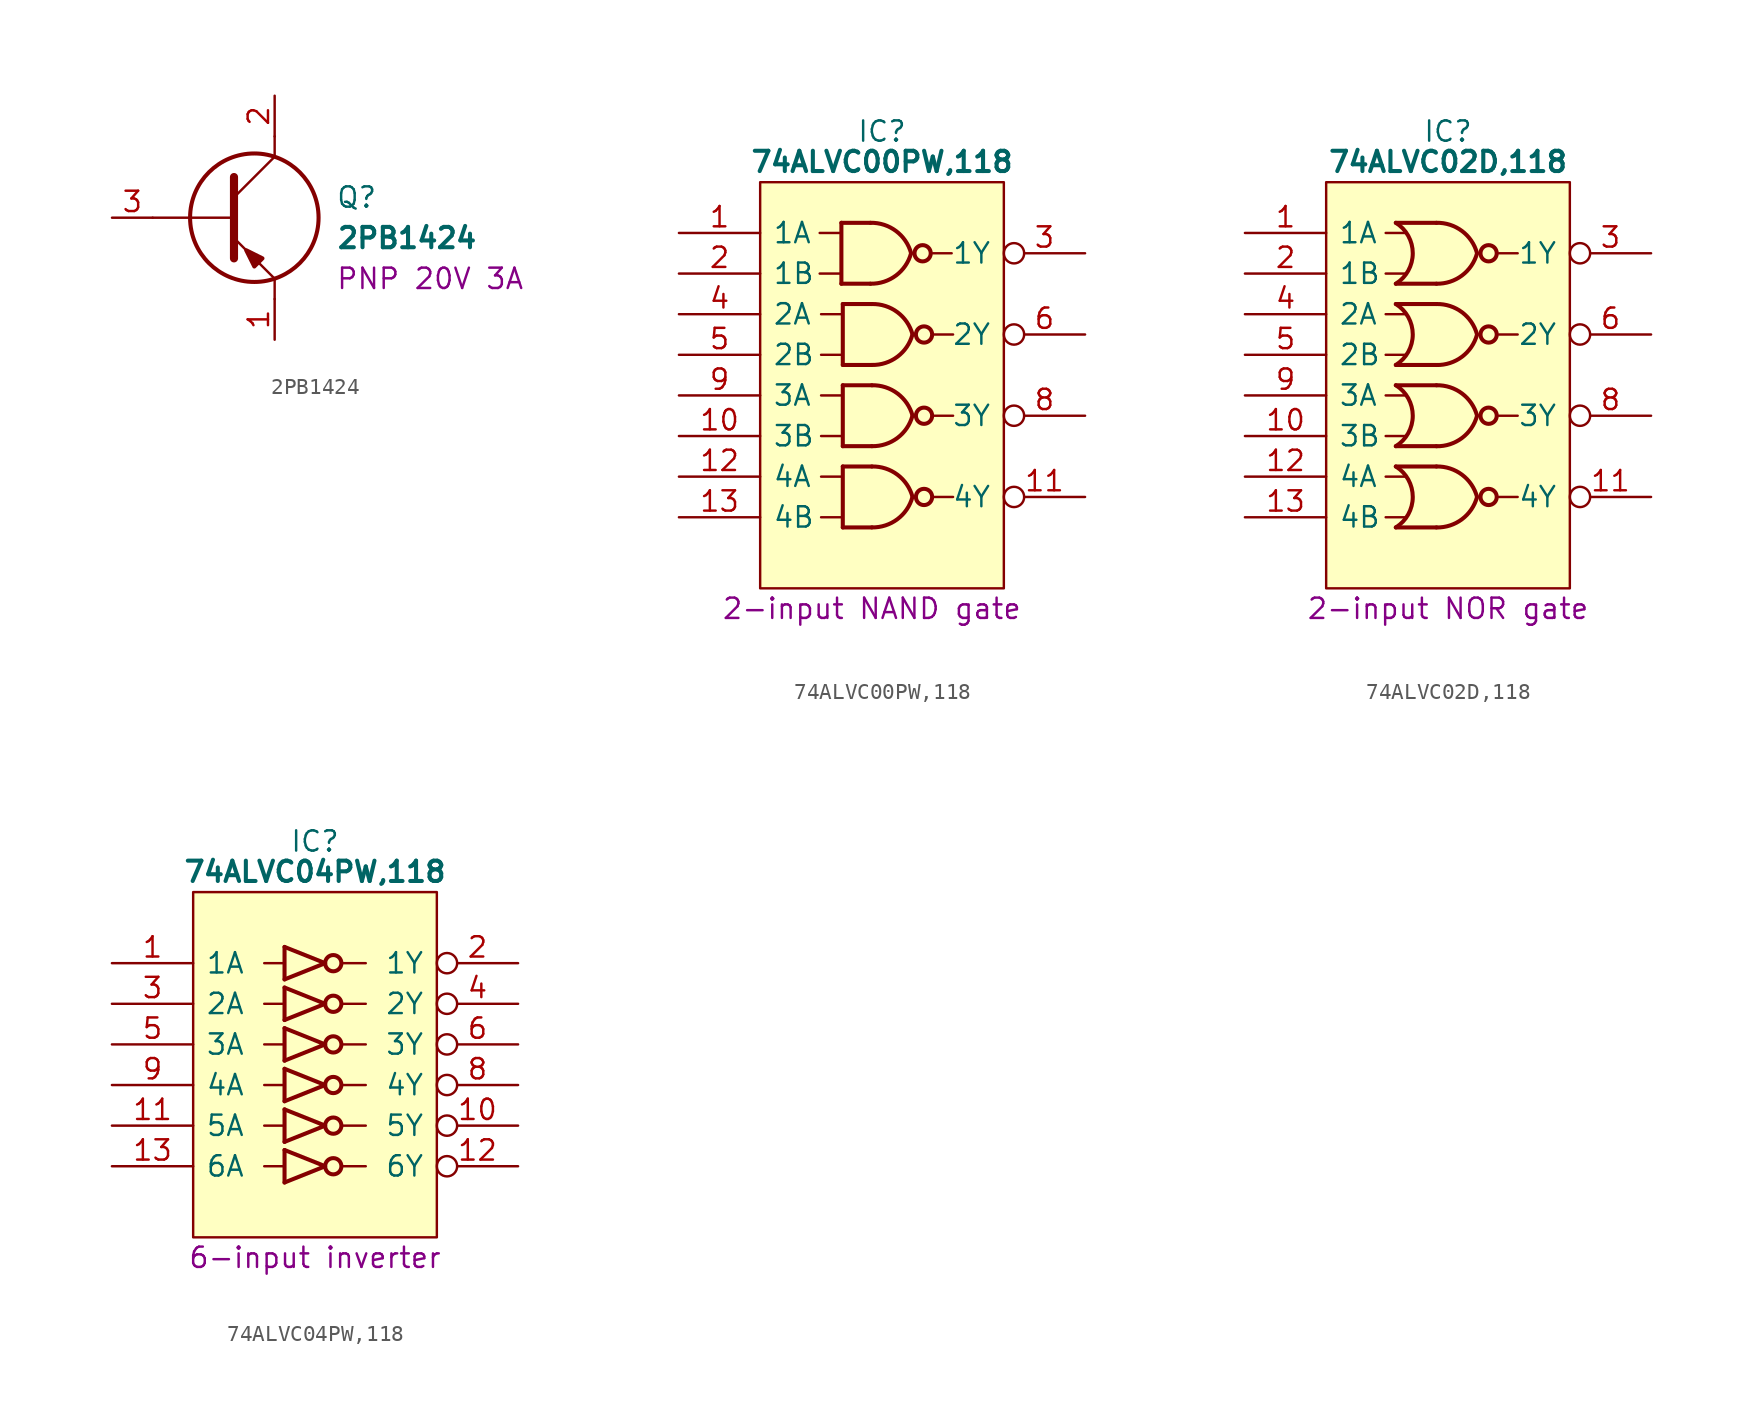
<source format=kicad_sym>
(kicad_symbol_lib
  (version 20231120)
  (generator "kicad_symbol_editor")
  (generator_version "8.0")
  (symbol "2PB1424"
    (pin_names
      (offset 0.762))
    (property "Reference" "Q"
      (at 13.97 1.27 0)
      (effects (font (size 1.27 1.27)) (justify left)))
    (property "Value" "2PB1424"
      (at 13.97 -1.27 0)
      (effects (font (size 1.27 1.27) (bold yes)) (justify left)))
    (property "Description" "PNP 20V 3A"
      (at 13.97 -3.81 0)
      (effects (font (size 1.27 1.27)) (justify left)))
    (symbol "2PB1424_0_0"
      (pin passive line (at 10.16 -7.62 90) (length 2.54) (name "~" (effects (font (size 1.27 1.27)))) (number "1" (effects (font (size 1.27 1.27)))))
      (pin passive line (at 10.16 7.62 270) (length 2.54) (name "~" (effects (font (size 1.27 1.27)))) (number "2" (effects (font (size 1.27 1.27)))))
      (pin passive line (at 0 0 0) (length 2.54) (name "~" (effects (font (size 1.27 1.27)))) (number "3" (effects (font (size 1.27 1.27))))))
    (symbol "2PB1424_0_1"
      (polyline (pts (xy 2.54 0) (xy 7.62 0)) (stroke (width 0.152) (type solid)) (fill (type none)))
      (polyline (pts (xy 7.62 -1.27) (xy 10.16 -3.81)) (stroke (width 0.152) (type solid)) (fill (type none)))
      (polyline (pts (xy 7.62 1.27) (xy 10.16 3.81)) (stroke (width 0.152) (type solid)) (fill (type none)))
      (polyline (pts (xy 7.62 2.54) (xy 7.62 -2.54)) (stroke (width 0.508) (type solid)) (fill (type none)))
      (polyline (pts (xy 10.16 -3.81) (xy 10.16 -5.08)) (stroke (width 0.152) (type solid)) (fill (type none)))
      (polyline (pts (xy 10.16 3.81) (xy 10.16 5.08)) (stroke (width 0.152) (type solid)) (fill (type none)))
      (polyline (pts (xy 9.398 -2.54) (xy 8.89 -3.048) (xy 8.382 -2.032) (xy 9.398 -2.54)) (stroke (width 0.254) (type solid)) (fill (type outline)))
      (circle (center 8.89 0) (radius 4.013) (stroke (width 0.254) (type solid)) (fill (type none)))))
  (symbol "74ALVC00PW,118"
    (pin_names
      (offset 0.762))
    (property "Reference" "IC"
      (at 12.7 6.35 0)
      (effects (font (size 1.27 1.27))))
    (property "Value" "74ALVC00PW,118"
      (at 12.7 4.445 0)
      (effects (font (size 1.27 1.27) (bold yes))))
    (property "Description" "2-input NAND gate"
      (at 12.065 -23.495 0)
      (effects (font (size 1.27 1.27))))
    (symbol "74ALVC00PW,118_0_0"
      (pin input line (at 0 0 0) (length 5.08) (name "1A" (effects (font (size 1.27 1.27)))) (number "1" (effects (font (size 1.27 1.27)))))
      (pin input line (at 0 -12.7 0) (length 5.08) (name "3B" (effects (font (size 1.27 1.27)))) (number "10" (effects (font (size 1.27 1.27)))))
      (pin output inverted (at 25.4 -16.51 180) (length 5.08) (name "4Y" (effects (font (size 1.27 1.27)))) (number "11" (effects (font (size 1.27 1.27)))))
      (pin input line (at 0 -15.24 0) (length 5.08) (name "4A" (effects (font (size 1.27 1.27)))) (number "12" (effects (font (size 1.27 1.27)))))
      (pin input line (at 0 -17.78 0) (length 5.08) (name "4B" (effects (font (size 1.27 1.27)))) (number "13" (effects (font (size 1.27 1.27)))))
      (pin passive line (at 25.4 1.27 180) (length 5.08) hide (name "3V" (effects (font (size 1.27 1.27)))) (number "14" (effects (font (size 1.27 1.27)))))
      (pin input line (at 0 -2.54 0) (length 5.08) (name "1B" (effects (font (size 1.27 1.27)))) (number "2" (effects (font (size 1.27 1.27)))))
      (pin output inverted (at 25.4 -1.27 180) (length 5.08) (name "1Y" (effects (font (size 1.27 1.27)))) (number "3" (effects (font (size 1.27 1.27)))))
      (pin input line (at 0 -5.08 0) (length 5.08) (name "2A" (effects (font (size 1.27 1.27)))) (number "4" (effects (font (size 1.27 1.27)))))
      (pin input line (at 0 -7.62 0) (length 5.08) (name "2B" (effects (font (size 1.27 1.27)))) (number "5" (effects (font (size 1.27 1.27)))))
      (pin output inverted (at 25.4 -6.35 180) (length 5.08) (name "2Y" (effects (font (size 1.27 1.27)))) (number "6" (effects (font (size 1.27 1.27)))))
      (pin passive line (at 0 -20.32 0) (length 5.08) hide (name "GND" (effects (font (size 1.27 1.27)))) (number "7" (effects (font (size 1.27 1.27)))))
      (pin output inverted (at 25.4 -11.43 180) (length 5.08) (name "3Y" (effects (font (size 1.27 1.27)))) (number "8" (effects (font (size 1.27 1.27)))))
      (pin input line (at 0 -10.16 0) (length 5.08) (name "3A" (effects (font (size 1.27 1.27)))) (number "9" (effects (font (size 1.27 1.27))))))
    (symbol "74ALVC00PW,118_0_1"
      (polyline (pts (xy 8.802 -2.54) (xy 10.072 -2.54)) (stroke (width 0) (type default)) (fill (type none)))
      (polyline (pts (xy 8.802 0) (xy 10.072 0)) (stroke (width 0) (type default)) (fill (type none)))
      (polyline (pts (xy 8.89 -17.78) (xy 10.16 -17.78)) (stroke (width 0) (type default)) (fill (type none)))
      (polyline (pts (xy 8.89 -15.24) (xy 10.16 -15.24)) (stroke (width 0) (type default)) (fill (type none)))
      (polyline (pts (xy 8.89 -12.7) (xy 10.16 -12.7)) (stroke (width 0) (type default)) (fill (type none)))
      (polyline (pts (xy 8.89 -10.16) (xy 10.16 -10.16)) (stroke (width 0) (type default)) (fill (type none)))
      (polyline (pts (xy 8.89 -7.62) (xy 10.16 -7.62)) (stroke (width 0) (type default)) (fill (type none)))
      (polyline (pts (xy 8.89 -5.08) (xy 10.16 -5.08)) (stroke (width 0) (type default)) (fill (type none)))
      (polyline (pts (xy 10.16 0.635) (xy 10.16 -3.175)) (stroke (width 0.254) (type default)) (fill (type background)))
      (polyline (pts (xy 10.248 -14.605) (xy 10.248 -18.415)) (stroke (width 0.254) (type default)) (fill (type background)))
      (polyline (pts (xy 10.248 -9.525) (xy 10.248 -13.335)) (stroke (width 0.254) (type default)) (fill (type background)))
      (polyline (pts (xy 10.248 -4.445) (xy 10.248 -8.255)) (stroke (width 0.254) (type default)) (fill (type background)))
      (polyline (pts (xy 11.977 -3.175) (xy 10.16 -3.175)) (stroke (width 0.254) (type default)) (fill (type background)))
      (polyline (pts (xy 11.977 0.635) (xy 10.16 0.635)) (stroke (width 0.254) (type default)) (fill (type background)))
      (polyline (pts (xy 12.065 -18.415) (xy 10.248 -18.415)) (stroke (width 0.254) (type default)) (fill (type background)))
      (polyline (pts (xy 12.065 -14.605) (xy 10.248 -14.605)) (stroke (width 0.254) (type default)) (fill (type background)))
      (polyline (pts (xy 12.065 -13.335) (xy 10.248 -13.335)) (stroke (width 0.254) (type default)) (fill (type background)))
      (polyline (pts (xy 12.065 -9.525) (xy 10.248 -9.525)) (stroke (width 0.254) (type default)) (fill (type background)))
      (polyline (pts (xy 12.065 -8.255) (xy 10.248 -8.255)) (stroke (width 0.254) (type default)) (fill (type background)))
      (polyline (pts (xy 12.065 -4.445) (xy 10.248 -4.445)) (stroke (width 0.254) (type default)) (fill (type background)))
      (polyline (pts (xy 15.875 -1.27) (xy 17.057 -1.27)) (stroke (width 0) (type default)) (fill (type none)))
      (polyline (pts (xy 15.963 -16.51) (xy 17.145 -16.51)) (stroke (width 0) (type default)) (fill (type none)))
      (polyline (pts (xy 15.963 -11.43) (xy 17.145 -11.43)) (stroke (width 0) (type default)) (fill (type none)))
      (polyline (pts (xy 15.963 -6.35) (xy 17.145 -6.35)) (stroke (width 0) (type default)) (fill (type none)))
      (polyline (pts (xy 5.08 3.175) (xy 20.32 3.175) (xy 20.32 -22.225) (xy 5.08 -22.225) (xy 5.08 3.175)) (stroke (width 0.152) (type default)) (fill (type background)))
      (arc (start 11.977 -3.175) (mid 13.5751 -2.6601) (end 14.517 -1.27) (stroke (width 0.254) (type default)) (fill (type none)))
      (arc (start 12.065 -18.415) (mid 13.6634 -17.9004) (end 14.605 -16.51) (stroke (width 0.254) (type default)) (fill (type none)))
      (arc (start 12.065 -13.335) (mid 13.6634 -12.8204) (end 14.605 -11.43) (stroke (width 0.254) (type default)) (fill (type none)))
      (arc (start 12.065 -8.255) (mid 13.6634 -7.7404) (end 14.605 -6.35) (stroke (width 0.254) (type default)) (fill (type none)))
      (arc (start 14.517 -1.27) (mid 13.5761 0.1213) (end 11.977 0.635) (stroke (width 0.254) (type default)) (fill (type none)))
      (arc (start 14.605 -16.51) (mid 13.6641 -15.1187) (end 12.065 -14.605) (stroke (width 0.254) (type default)) (fill (type none)))
      (arc (start 14.605 -11.43) (mid 13.6641 -10.0387) (end 12.065 -9.525) (stroke (width 0.254) (type default)) (fill (type none)))
      (arc (start 14.605 -6.35) (mid 13.6641 -4.9587) (end 12.065 -4.445) (stroke (width 0.254) (type default)) (fill (type none)))
      (circle (center 15.24 -1.27) (radius 0.508) (stroke (width 0.254) (type default)) (fill (type none)))
      (circle (center 15.328 -16.51) (radius 0.508) (stroke (width 0.254) (type default)) (fill (type none)))
      (circle (center 15.328 -11.43) (radius 0.508) (stroke (width 0.254) (type default)) (fill (type none)))
      (circle (center 15.328 -6.35) (radius 0.508) (stroke (width 0.254) (type default)) (fill (type none)))))
  (symbol "74ALVC02D,118"
    (pin_names
      (offset 0.762))
    (property "Reference" "IC"
      (at 12.065 6.35 0)
      (effects (font (size 1.27 1.27))))
    (property "Value" "74ALVC02D,118"
      (at 12.065 4.445 0)
      (effects (font (size 1.27 1.27) (bold yes))))
    (property "Description" "2-input NOR gate"
      (at 12.065 -23.495 0)
      (effects (font (size 1.27 1.27))))
    (symbol "74ALVC02D,118_0_0"
      (pin input line (at -0.635 0 0) (length 5.08) (name "1A" (effects (font (size 1.27 1.27)))) (number "1" (effects (font (size 1.27 1.27)))))
      (pin input line (at -0.635 -12.7 0) (length 5.08) (name "3B" (effects (font (size 1.27 1.27)))) (number "10" (effects (font (size 1.27 1.27)))))
      (pin output inverted (at 24.765 -16.51 180) (length 5.08) (name "4Y" (effects (font (size 1.27 1.27)))) (number "11" (effects (font (size 1.27 1.27)))))
      (pin input line (at -0.635 -15.24 0) (length 5.08) (name "4A" (effects (font (size 1.27 1.27)))) (number "12" (effects (font (size 1.27 1.27)))))
      (pin input line (at -0.635 -17.78 0) (length 5.08) (name "4B" (effects (font (size 1.27 1.27)))) (number "13" (effects (font (size 1.27 1.27)))))
      (pin passive line (at 24.765 1.27 180) (length 5.08) hide (name "3V" (effects (font (size 1.27 1.27)))) (number "14" (effects (font (size 1.27 1.27)))))
      (pin input line (at -0.635 -2.54 0) (length 5.08) (name "1B" (effects (font (size 1.27 1.27)))) (number "2" (effects (font (size 1.27 1.27)))))
      (pin input line (at -0.635 -5.08 0) (length 5.08) (name "2A" (effects (font (size 1.27 1.27)))) (number "4" (effects (font (size 1.27 1.27)))))
      (pin input line (at -0.635 -7.62 0) (length 5.08) (name "2B" (effects (font (size 1.27 1.27)))) (number "5" (effects (font (size 1.27 1.27)))))
      (pin passive line (at -0.635 -20.32 0) (length 5.08) hide (name "GND" (effects (font (size 1.27 1.27)))) (number "7" (effects (font (size 1.27 1.27)))))
      (pin input line (at -0.635 -10.16 0) (length 5.08) (name "3A" (effects (font (size 1.27 1.27)))) (number "9" (effects (font (size 1.27 1.27))))))
    (symbol "74ALVC02D,118_0_1"
      (polyline (pts (xy 8.167 -17.78) (xy 9.437 -17.78)) (stroke (width 0) (type default)) (fill (type none)))
      (polyline (pts (xy 8.167 -15.24) (xy 9.437 -15.24)) (stroke (width 0) (type default)) (fill (type none)))
      (polyline (pts (xy 8.167 -12.7) (xy 9.437 -12.7)) (stroke (width 0) (type default)) (fill (type none)))
      (polyline (pts (xy 8.167 -10.16) (xy 9.437 -10.16)) (stroke (width 0) (type default)) (fill (type none)))
      (polyline (pts (xy 8.167 -7.62) (xy 9.437 -7.62)) (stroke (width 0) (type default)) (fill (type none)))
      (polyline (pts (xy 8.167 -5.08) (xy 9.437 -5.08)) (stroke (width 0) (type default)) (fill (type none)))
      (polyline (pts (xy 8.167 -2.54) (xy 9.437 -2.54)) (stroke (width 0) (type default)) (fill (type none)))
      (polyline (pts (xy 8.167 0) (xy 9.437 0)) (stroke (width 0) (type default)) (fill (type none)))
      (polyline (pts (xy 11.342 -18.415) (xy 8.802 -18.415)) (stroke (width 0.254) (type default)) (fill (type background)))
      (polyline (pts (xy 11.342 -14.605) (xy 8.802 -14.605)) (stroke (width 0.254) (type default)) (fill (type background)))
      (polyline (pts (xy 11.342 -13.335) (xy 8.802 -13.335)) (stroke (width 0.254) (type default)) (fill (type background)))
      (polyline (pts (xy 11.342 -9.525) (xy 8.802 -9.525)) (stroke (width 0.254) (type default)) (fill (type background)))
      (polyline (pts (xy 11.342 -8.255) (xy 8.802 -8.255)) (stroke (width 0.254) (type default)) (fill (type background)))
      (polyline (pts (xy 11.342 -4.445) (xy 8.802 -4.445)) (stroke (width 0.254) (type default)) (fill (type background)))
      (polyline (pts (xy 11.342 -3.175) (xy 8.802 -3.175)) (stroke (width 0.254) (type default)) (fill (type background)))
      (polyline (pts (xy 11.342 0.635) (xy 8.802 0.635)) (stroke (width 0.254) (type default)) (fill (type background)))
      (polyline (pts (xy 15.24 -16.51) (xy 16.422 -16.51)) (stroke (width 0) (type default)) (fill (type none)))
      (polyline (pts (xy 15.24 -11.43) (xy 16.422 -11.43)) (stroke (width 0) (type default)) (fill (type none)))
      (polyline (pts (xy 15.24 -6.35) (xy 16.422 -6.35)) (stroke (width 0) (type default)) (fill (type none)))
      (polyline (pts (xy 15.24 -1.27) (xy 16.422 -1.27)) (stroke (width 0) (type default)) (fill (type none)))
      (polyline (pts (xy 4.445 3.175) (xy 19.685 3.175) (xy 19.685 -22.225) (xy 4.445 -22.225) (xy 4.445 3.175)) (stroke (width 0.152) (type default)) (fill (type background)))
      (arc (start 8.802 -18.415) (mid 9.8619 -16.51) (end 8.802 -14.605) (stroke (width 0.254) (type default)) (fill (type none)))
      (arc (start 8.802 -13.335) (mid 9.8619 -11.43) (end 8.802 -9.525) (stroke (width 0.254) (type default)) (fill (type none)))
      (arc (start 8.802 -8.255) (mid 9.8619 -6.35) (end 8.802 -4.445) (stroke (width 0.254) (type default)) (fill (type none)))
      (arc (start 8.802 -3.175) (mid 9.8619 -1.27) (end 8.802 0.635) (stroke (width 0.254) (type default)) (fill (type none)))
      (arc (start 11.342 -18.415) (mid 12.9403 -17.9002) (end 13.882 -16.51) (stroke (width 0.254) (type default)) (fill (type none)))
      (arc (start 11.342 -13.335) (mid 12.9403 -12.8202) (end 13.882 -11.43) (stroke (width 0.254) (type default)) (fill (type none)))
      (arc (start 11.342 -8.255) (mid 12.9403 -7.7402) (end 13.882 -6.35) (stroke (width 0.254) (type default)) (fill (type none)))
      (arc (start 11.342 -3.175) (mid 12.9401 -2.6601) (end 13.882 -1.27) (stroke (width 0.254) (type default)) (fill (type none)))
      (arc (start 13.882 -16.51) (mid 12.9411 -15.1187) (end 11.342 -14.605) (stroke (width 0.254) (type default)) (fill (type none)))
      (arc (start 13.882 -11.43) (mid 12.9411 -10.0387) (end 11.342 -9.525) (stroke (width 0.254) (type default)) (fill (type none)))
      (arc (start 13.882 -6.35) (mid 12.9411 -4.9587) (end 11.342 -4.445) (stroke (width 0.254) (type default)) (fill (type none)))
      (arc (start 13.882 -1.27) (mid 12.9411 0.1213) (end 11.342 0.635) (stroke (width 0.254) (type default)) (fill (type none)))
      (circle (center 14.605 -16.51) (radius 0.508) (stroke (width 0.254) (type default)) (fill (type none)))
      (circle (center 14.605 -11.43) (radius 0.508) (stroke (width 0.254) (type default)) (fill (type none)))
      (circle (center 14.605 -6.35) (radius 0.508) (stroke (width 0.254) (type default)) (fill (type none)))
      (circle (center 14.605 -1.27) (radius 0.508) (stroke (width 0.254) (type default)) (fill (type none))))
    (symbol "74ALVC02D,118_1_0"
      (pin output inverted (at 24.765 -1.27 180) (length 5.08) (name "1Y" (effects (font (size 1.27 1.27)))) (number "3" (effects (font (size 1.27 1.27)))))
      (pin output inverted (at 24.765 -6.35 180) (length 5.08) (name "2Y" (effects (font (size 1.27 1.27)))) (number "6" (effects (font (size 1.27 1.27)))))
      (pin output inverted (at 24.765 -11.43 180) (length 5.08) (name "3Y" (effects (font (size 1.27 1.27)))) (number "8" (effects (font (size 1.27 1.27)))))))
  (symbol "74ALVC04PW,118"
    (pin_names
      (offset 0.762))
    (property "Reference" "IC"
      (at 12.7 7.62 0)
      (effects (font (size 1.27 1.27))))
    (property "Value" "74ALVC04PW,118"
      (at 12.7 5.715 0)
      (effects (font (size 1.27 1.27) (bold yes))))
    (property "Description" "6-input inverter"
      (at 12.7 -18.415 0)
      (effects (font (size 1.27 1.27))))
    (symbol "74ALVC04PW,118_0_0"
      (pin input line (at 0 0 0) (length 5.08) (name "1A" (effects (font (size 1.27 1.27)))) (number "1" (effects (font (size 1.27 1.27)))))
      (pin output inverted (at 25.4 -10.16 180) (length 5.08) (name "5Y" (effects (font (size 1.27 1.27)))) (number "10" (effects (font (size 1.27 1.27)))))
      (pin input line (at 0 -10.16 0) (length 5.08) (name "5A" (effects (font (size 1.27 1.27)))) (number "11" (effects (font (size 1.27 1.27)))))
      (pin output inverted (at 25.4 -12.7 180) (length 5.08) (name "6Y" (effects (font (size 1.27 1.27)))) (number "12" (effects (font (size 1.27 1.27)))))
      (pin input line (at 0 -12.7 0) (length 5.08) (name "6A" (effects (font (size 1.27 1.27)))) (number "13" (effects (font (size 1.27 1.27)))))
      (pin passive line (at 25.4 2.54 180) (length 5.08) hide (name "3V" (effects (font (size 1.27 1.27)))) (number "14" (effects (font (size 1.27 1.27)))))
      (pin output inverted (at 25.4 0 180) (length 5.08) (name "1Y" (effects (font (size 1.27 1.27)))) (number "2" (effects (font (size 1.27 1.27)))))
      (pin input line (at 0 -2.54 0) (length 5.08) (name "2A" (effects (font (size 1.27 1.27)))) (number "3" (effects (font (size 1.27 1.27)))))
      (pin output inverted (at 25.4 -2.54 180) (length 5.08) (name "2Y" (effects (font (size 1.27 1.27)))) (number "4" (effects (font (size 1.27 1.27)))))
      (pin input line (at 0 -5.08 0) (length 5.08) (name "3A" (effects (font (size 1.27 1.27)))) (number "5" (effects (font (size 1.27 1.27)))))
      (pin output inverted (at 25.4 -5.08 180) (length 5.08) (name "3Y" (effects (font (size 1.27 1.27)))) (number "6" (effects (font (size 1.27 1.27)))))
      (pin passive line (at 0 -15.24 0) (length 5.08) hide (name "GND" (effects (font (size 1.27 1.27)))) (number "7" (effects (font (size 1.27 1.27)))))
      (pin output inverted (at 25.4 -7.62 180) (length 5.08) (name "4Y" (effects (font (size 1.27 1.27)))) (number "8" (effects (font (size 1.27 1.27)))))
      (pin input line (at 0 -7.62 0) (length 5.08) (name "4A" (effects (font (size 1.27 1.27)))) (number "9" (effects (font (size 1.27 1.27))))))
    (symbol "74ALVC04PW,118_0_1"
      (polyline (pts (xy 9.525 -12.7) (xy 10.795 -12.7)) (stroke (width 0) (type default)) (fill (type none)))
      (polyline (pts (xy 9.525 -10.16) (xy 10.795 -10.16)) (stroke (width 0) (type default)) (fill (type none)))
      (polyline (pts (xy 9.525 -7.62) (xy 10.795 -7.62)) (stroke (width 0) (type default)) (fill (type none)))
      (polyline (pts (xy 9.525 -5.08) (xy 10.795 -5.08)) (stroke (width 0) (type default)) (fill (type none)))
      (polyline (pts (xy 9.525 -2.54) (xy 10.795 -2.54)) (stroke (width 0) (type default)) (fill (type none)))
      (polyline (pts (xy 9.525 0) (xy 10.795 0)) (stroke (width 0) (type default)) (fill (type none)))
      (polyline (pts (xy 14.351 -12.7) (xy 15.875 -12.7)) (stroke (width 0) (type default)) (fill (type none)))
      (polyline (pts (xy 14.351 -10.16) (xy 15.875 -10.16)) (stroke (width 0) (type default)) (fill (type none)))
      (polyline (pts (xy 14.351 -7.62) (xy 15.875 -7.62)) (stroke (width 0) (type default)) (fill (type none)))
      (polyline (pts (xy 14.351 -5.08) (xy 15.875 -5.08)) (stroke (width 0) (type default)) (fill (type none)))
      (polyline (pts (xy 14.351 -2.54) (xy 15.875 -2.54)) (stroke (width 0) (type default)) (fill (type none)))
      (polyline (pts (xy 14.351 0) (xy 15.875 0)) (stroke (width 0) (type default)) (fill (type none)))
      (polyline (pts (xy 10.795 -13.716) (xy 13.335 -12.7) (xy 10.795 -11.684)) (stroke (width 0.254) (type default)) (fill (type none)))
      (polyline (pts (xy 10.795 -11.176) (xy 13.335 -10.16) (xy 10.795 -9.144)) (stroke (width 0.254) (type default)) (fill (type none)))
      (polyline (pts (xy 10.795 -8.636) (xy 13.335 -7.62) (xy 10.795 -6.604)) (stroke (width 0.254) (type default)) (fill (type none)))
      (polyline (pts (xy 10.795 -6.096) (xy 13.335 -5.08) (xy 10.795 -4.064)) (stroke (width 0.254) (type default)) (fill (type none)))
      (polyline (pts (xy 10.795 -3.556) (xy 13.335 -2.54) (xy 10.795 -1.524)) (stroke (width 0.254) (type default)) (fill (type none)))
      (polyline (pts (xy 10.795 -1.016) (xy 13.335 0) (xy 10.795 1.016)) (stroke (width 0.254) (type default)) (fill (type none)))
      (polyline (pts (xy 5.08 4.445) (xy 20.32 4.445) (xy 20.32 -17.145) (xy 5.08 -17.145) (xy 5.08 4.445)) (stroke (width 0.152) (type default)) (fill (type background)))
      (rectangle (start 10.795 -11.684) (end 10.795 -13.716) (stroke (width 0.254) (type default)) (fill (type background)))
      (rectangle (start 10.795 -9.144) (end 10.795 -11.176) (stroke (width 0.254) (type default)) (fill (type background)))
      (rectangle (start 10.795 -6.604) (end 10.795 -8.636) (stroke (width 0.254) (type default)) (fill (type background)))
      (rectangle (start 10.795 -4.064) (end 10.795 -6.096) (stroke (width 0.254) (type default)) (fill (type background)))
      (rectangle (start 10.795 -1.524) (end 10.795 -3.556) (stroke (width 0.254) (type default)) (fill (type background)))
      (rectangle (start 10.795 1.016) (end 10.795 -1.016) (stroke (width 0.254) (type default)) (fill (type background)))
      (circle (center 13.843 -12.7) (radius 0.508) (stroke (width 0.254) (type default)) (fill (type none)))
      (circle (center 13.843 -10.16) (radius 0.508) (stroke (width 0.254) (type default)) (fill (type none)))
      (circle (center 13.843 -7.62) (radius 0.508) (stroke (width 0.254) (type default)) (fill (type none)))
      (circle (center 13.843 -5.08) (radius 0.508) (stroke (width 0.254) (type default)) (fill (type none)))
      (circle (center 13.843 -2.54) (radius 0.508) (stroke (width 0.254) (type default)) (fill (type none)))
      (circle (center 13.843 0) (radius 0.508) (stroke (width 0.254) (type default)) (fill (type none))))))
</source>
